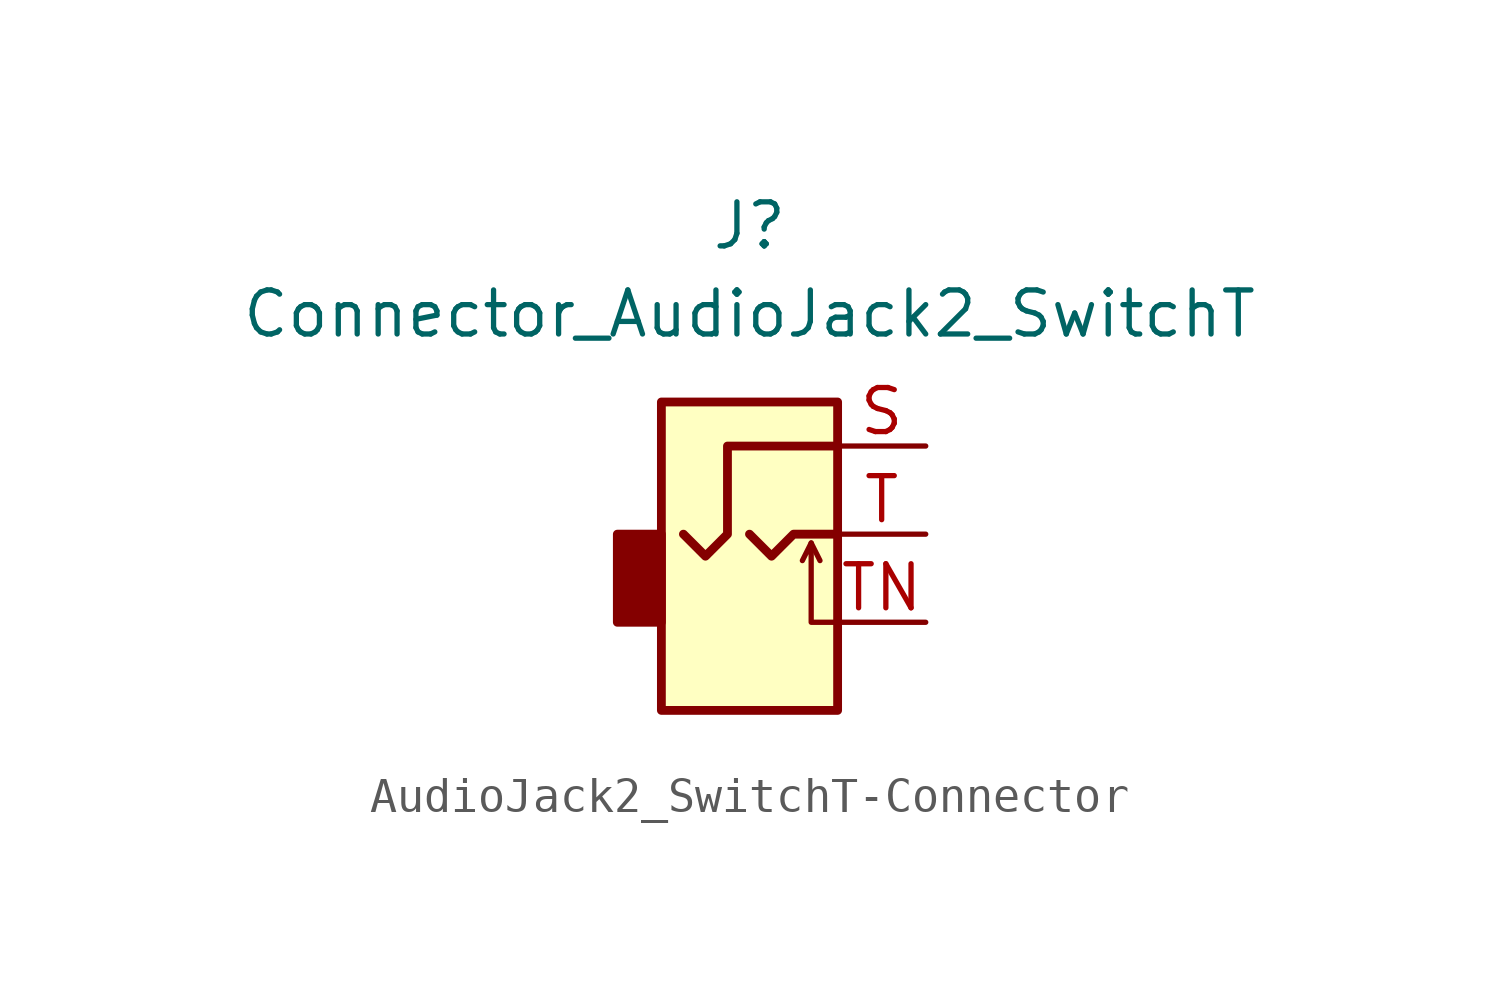
<source format=kicad_sym>
(kicad_symbol_lib
  (version 20231120)
  (generator "kicad_symbol_editor")
  (generator_version "8.0")
  (symbol "AudioJack2_SwitchT-Connector"
    (property "Reference" "J"
      (at 0 8.89 0)
      (effects (font (size 1.27 1.27))))
    (property "Value" "Connector_AudioJack2_SwitchT"
      (at 0 6.35 0)
      (effects (font (size 1.27 1.27))))
    (symbol "AudioJack2_SwitchT-Connector_0_1"
      (rectangle (start -2.54 0) (end -3.81 -2.54) (stroke (width 0.254) (type solid)) (fill (type outline)))
      (polyline (pts (xy 1.778 -0.254) (xy 2.032 -0.762)) (stroke (width 0) (type solid)) (fill (type none)))
      (polyline (pts (xy 0 0) (xy 0.635 -0.635) (xy 1.27 0) (xy 2.54 0)) (stroke (width 0.254) (type solid)) (fill (type none)))
      (polyline (pts (xy 2.54 -2.54) (xy 1.778 -2.54) (xy 1.778 -0.254) (xy 1.524 -0.762)) (stroke (width 0) (type solid)) (fill (type none)))
      (polyline (pts (xy 2.54 2.54) (xy -0.635 2.54) (xy -0.635 0) (xy -1.27 -0.635) (xy -1.905 0)) (stroke (width 0.254) (type solid)) (fill (type none)))
      (rectangle (start 2.54 3.81) (end -2.54 -5.08) (stroke (width 0.254) (type solid)) (fill (type background))))
    (symbol "AudioJack2_SwitchT-Connector_1_1"
      (pin passive line (at 5.08 2.54 180) (length 2.54) (name "~" (effects (font (size 1.27 1.27)))) (number "S" (effects (font (size 1.27 1.27)))))
      (pin passive line (at 5.08 0 180) (length 2.54) (name "~" (effects (font (size 1.27 1.27)))) (number "T" (effects (font (size 1.27 1.27)))))
      (pin passive line (at 5.08 -2.54 180) (length 2.54) (name "~" (effects (font (size 1.27 1.27)))) (number "TN" (effects (font (size 1.27 1.27))))))))
</source>
